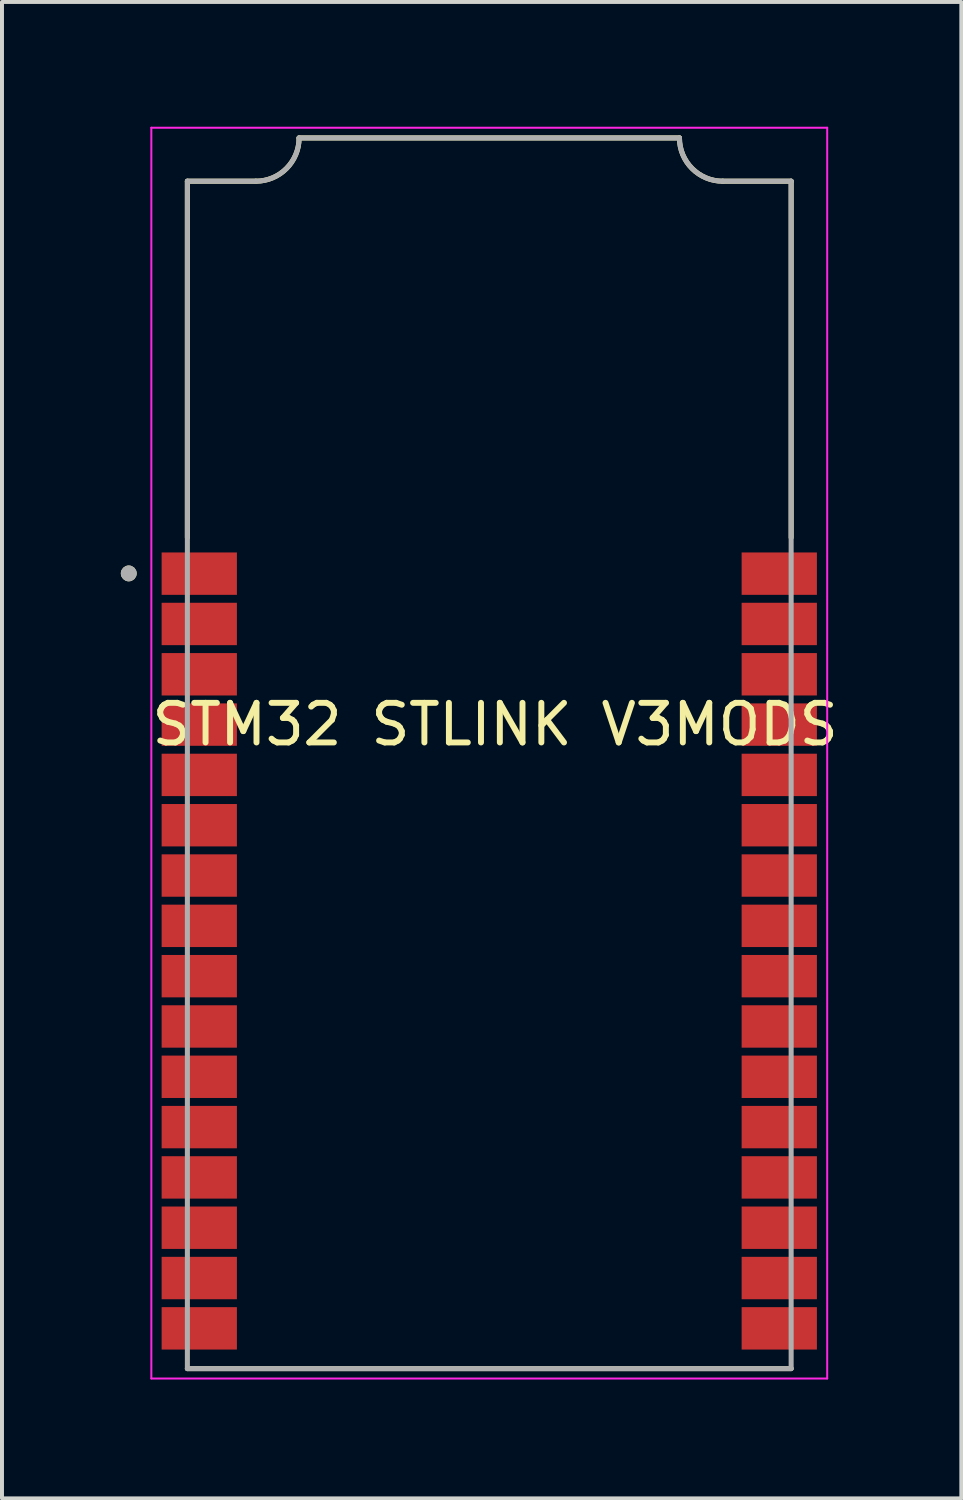
<source format=kicad_pcb>
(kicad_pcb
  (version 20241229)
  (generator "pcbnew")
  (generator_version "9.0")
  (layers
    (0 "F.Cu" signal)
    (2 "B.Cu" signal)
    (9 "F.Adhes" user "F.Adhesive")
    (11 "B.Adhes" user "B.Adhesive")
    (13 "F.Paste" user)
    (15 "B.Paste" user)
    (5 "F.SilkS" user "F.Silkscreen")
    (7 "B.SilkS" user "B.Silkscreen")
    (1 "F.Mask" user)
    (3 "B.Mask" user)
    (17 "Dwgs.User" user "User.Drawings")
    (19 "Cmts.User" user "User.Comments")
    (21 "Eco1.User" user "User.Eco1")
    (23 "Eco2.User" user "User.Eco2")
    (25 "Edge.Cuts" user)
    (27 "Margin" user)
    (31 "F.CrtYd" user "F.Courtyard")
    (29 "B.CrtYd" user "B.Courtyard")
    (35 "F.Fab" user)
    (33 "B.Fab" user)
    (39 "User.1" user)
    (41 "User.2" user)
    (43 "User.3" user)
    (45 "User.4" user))
  (footprint "STM32 STLINK V3MODS"
    (layer "F.Cu")
    (at 0.812 0.25)
    (property "Reference" "STM32 STLINK V3MODS" (at 8.636 14.986 0) (unlocked yes) (layer "F.SilkS") (effects (font (size 1 1) (thickness 0.15))))
    (attr smd)
    (fp_line (start 0.868 1.274) (end 2.595 1.274) (stroke (width 0.127) (type solid)) (layer "F.SilkS"))
    (fp_line (start 0.868 10.269) (end 0.868 1.274) (stroke (width 0.127) (type solid)) (layer "F.SilkS"))
    (fp_line (start 0.868 31.246) (end 16.108 31.246) (stroke (width 0.127) (type solid)) (layer "F.SilkS"))
    (fp_line (start 3.687 0.182) (end 13.289 0.182) (stroke (width 0.127) (type solid)) (layer "F.SilkS"))
    (fp_line (start 14.381 1.274) (end 16.108 1.274) (stroke (width 0.127) (type solid)) (layer "F.SilkS"))
    (fp_line (start 16.108 10.269) (end 16.108 1.274) (stroke (width 0.127) (type solid)) (layer "F.SilkS"))
    (fp_arc (start 3.6874 0.1818) (mid 3.367502 0.954102) (end 2.5952 1.274) (stroke (width 0.127) (type solid)) (layer "F.SilkS"))
    (fp_arc (start 14.3808 1.274) (mid 13.608498 0.954102) (end 13.2886 0.1818) (stroke (width 0.127) (type solid)) (layer "F.SilkS"))
    (fp_circle (center -0.612 11.174) (end -0.512 11.174) (stroke (width 0.2) (type solid)) (fill no) (layer "F.SilkS"))
    (fp_line (start -0.042 -0.076) (end 17.018 -0.076) (stroke (width 0.05) (type solid)) (layer "F.CrtYd"))
    (fp_line (start -0.042 31.496) (end -0.042 -0.076) (stroke (width 0.05) (type solid)) (layer "F.CrtYd"))
    (fp_line (start 17.018 -0.076) (end 17.018 31.496) (stroke (width 0.05) (type solid)) (layer "F.CrtYd"))
    (fp_line (start 17.018 31.496) (end -0.042 31.496) (stroke (width 0.05) (type solid)) (layer "F.CrtYd"))
    (fp_line (start 0.868 1.274) (end 2.595 1.274) (stroke (width 0.127) (type solid)) (layer "F.Fab"))
    (fp_line (start 0.868 31.246) (end 0.868 1.274) (stroke (width 0.127) (type solid)) (layer "F.Fab"))
    (fp_line (start 0.868 31.246) (end 16.108 31.246) (stroke (width 0.127) (type solid)) (layer "F.Fab"))
    (fp_line (start 3.687 0.182) (end 13.289 0.182) (stroke (width 0.127) (type solid)) (layer "F.Fab"))
    (fp_line (start 14.381 1.274) (end 16.108 1.274) (stroke (width 0.127) (type solid)) (layer "F.Fab"))
    (fp_line (start 16.108 31.246) (end 16.108 1.274) (stroke (width 0.127) (type solid)) (layer "F.Fab"))
    (fp_arc (start 3.6874 0.1818) (mid 3.367502 0.954102) (end 2.5952 1.274) (stroke (width 0.127) (type solid)) (layer "F.Fab"))
    (fp_arc (start 14.3808 1.274) (mid 13.608498 0.954102) (end 13.2886 0.1818) (stroke (width 0.127) (type solid)) (layer "F.Fab"))
    (fp_circle (center -0.612 11.174) (end -0.512 11.174) (stroke (width 0.2) (type solid)) (fill no) (layer "F.Fab"))
    (pad "1" smd rect (at 1.168 11.18) (size 1.9 1.07) (layers "F.Cu" "F.Mask" "F.Paste"))
    (pad "2" smd rect (at 1.168 12.45) (size 1.9 1.07) (layers "F.Cu" "F.Mask" "F.Paste"))
    (pad "3" smd rect (at 1.168 13.72) (size 1.9 1.07) (layers "F.Cu" "F.Mask" "F.Paste"))
    (pad "4" smd rect (at 1.168 14.99) (size 1.9 1.07) (layers "F.Cu" "F.Mask" "F.Paste"))
    (pad "5" smd rect (at 1.168 16.26) (size 1.9 1.07) (layers "F.Cu" "F.Mask" "F.Paste"))
    (pad "6" smd rect (at 1.168 17.53) (size 1.9 1.07) (layers "F.Cu" "F.Mask" "F.Paste"))
    (pad "7" smd rect (at 1.168 18.8) (size 1.9 1.07) (layers "F.Cu" "F.Mask" "F.Paste"))
    (pad "8" smd rect (at 1.168 20.07) (size 1.9 1.07) (layers "F.Cu" "F.Mask" "F.Paste"))
    (pad "9" smd rect (at 1.168 21.34) (size 1.9 1.07) (layers "F.Cu" "F.Mask" "F.Paste"))
    (pad "10" smd rect (at 1.168 22.61) (size 1.9 1.07) (layers "F.Cu" "F.Mask" "F.Paste"))
    (pad "11" smd rect (at 1.168 23.88) (size 1.9 1.07) (layers "F.Cu" "F.Mask" "F.Paste"))
    (pad "12" smd rect (at 1.168 25.15) (size 1.9 1.07) (layers "F.Cu" "F.Mask" "F.Paste"))
    (pad "13" smd rect (at 1.168 26.42) (size 1.9 1.07) (layers "F.Cu" "F.Mask" "F.Paste"))
    (pad "14" smd rect (at 1.168 27.69) (size 1.9 1.07) (layers "F.Cu" "F.Mask" "F.Paste"))
    (pad "15" smd rect (at 1.168 28.96) (size 1.9 1.07) (layers "F.Cu" "F.Mask" "F.Paste"))
    (pad "16" smd rect (at 1.168 30.23) (size 1.9 1.07) (layers "F.Cu" "F.Mask" "F.Paste"))
    (pad "17" smd rect (at 15.808 30.23 180) (size 1.9 1.07) (layers "F.Cu" "F.Mask" "F.Paste"))
    (pad "18" smd rect (at 15.808 28.96 180) (size 1.9 1.07) (layers "F.Cu" "F.Mask" "F.Paste"))
    (pad "19" smd rect (at 15.808 27.69 180) (size 1.9 1.07) (layers "F.Cu" "F.Mask" "F.Paste"))
    (pad "20" smd rect (at 15.808 26.42 180) (size 1.9 1.07) (layers "F.Cu" "F.Mask" "F.Paste"))
    (pad "21" smd rect (at 15.808 25.15 180) (size 1.9 1.07) (layers "F.Cu" "F.Mask" "F.Paste"))
    (pad "22" smd rect (at 15.808 23.88 180) (size 1.9 1.07) (layers "F.Cu" "F.Mask" "F.Paste"))
    (pad "23" smd rect (at 15.808 22.61 180) (size 1.9 1.07) (layers "F.Cu" "F.Mask" "F.Paste"))
    (pad "24" smd rect (at 15.808 21.34 180) (size 1.9 1.07) (layers "F.Cu" "F.Mask" "F.Paste"))
    (pad "25" smd rect (at 15.808 20.07 180) (size 1.9 1.07) (layers "F.Cu" "F.Mask" "F.Paste"))
    (pad "26" smd rect (at 15.808 18.8 180) (size 1.9 1.07) (layers "F.Cu" "F.Mask" "F.Paste"))
    (pad "27" smd rect (at 15.808 17.53 180) (size 1.9 1.07) (layers "F.Cu" "F.Mask" "F.Paste"))
    (pad "28" smd rect (at 15.808 16.26 180) (size 1.9 1.07) (layers "F.Cu" "F.Mask" "F.Paste"))
    (pad "29" smd rect (at 15.808 14.99 180) (size 1.9 1.07) (layers "F.Cu" "F.Mask" "F.Paste"))
    (pad "30" smd rect (at 15.808 13.72 180) (size 1.9 1.07) (layers "F.Cu" "F.Mask" "F.Paste"))
    (pad "31" smd rect (at 15.808 12.45 180) (size 1.9 1.07) (layers "F.Cu" "F.Mask" "F.Paste"))
    (pad "32" smd rect (at 15.808 11.18 180) (size 1.9 1.07) (layers "F.Cu" "F.Mask" "F.Paste")))
  (gr_rect
    (start -3 -3)
    (end 21.216 34.771)
    (stroke (width 0.1) (type default))
    (fill no)
    (layer "Edge.Cuts")))
</source>
